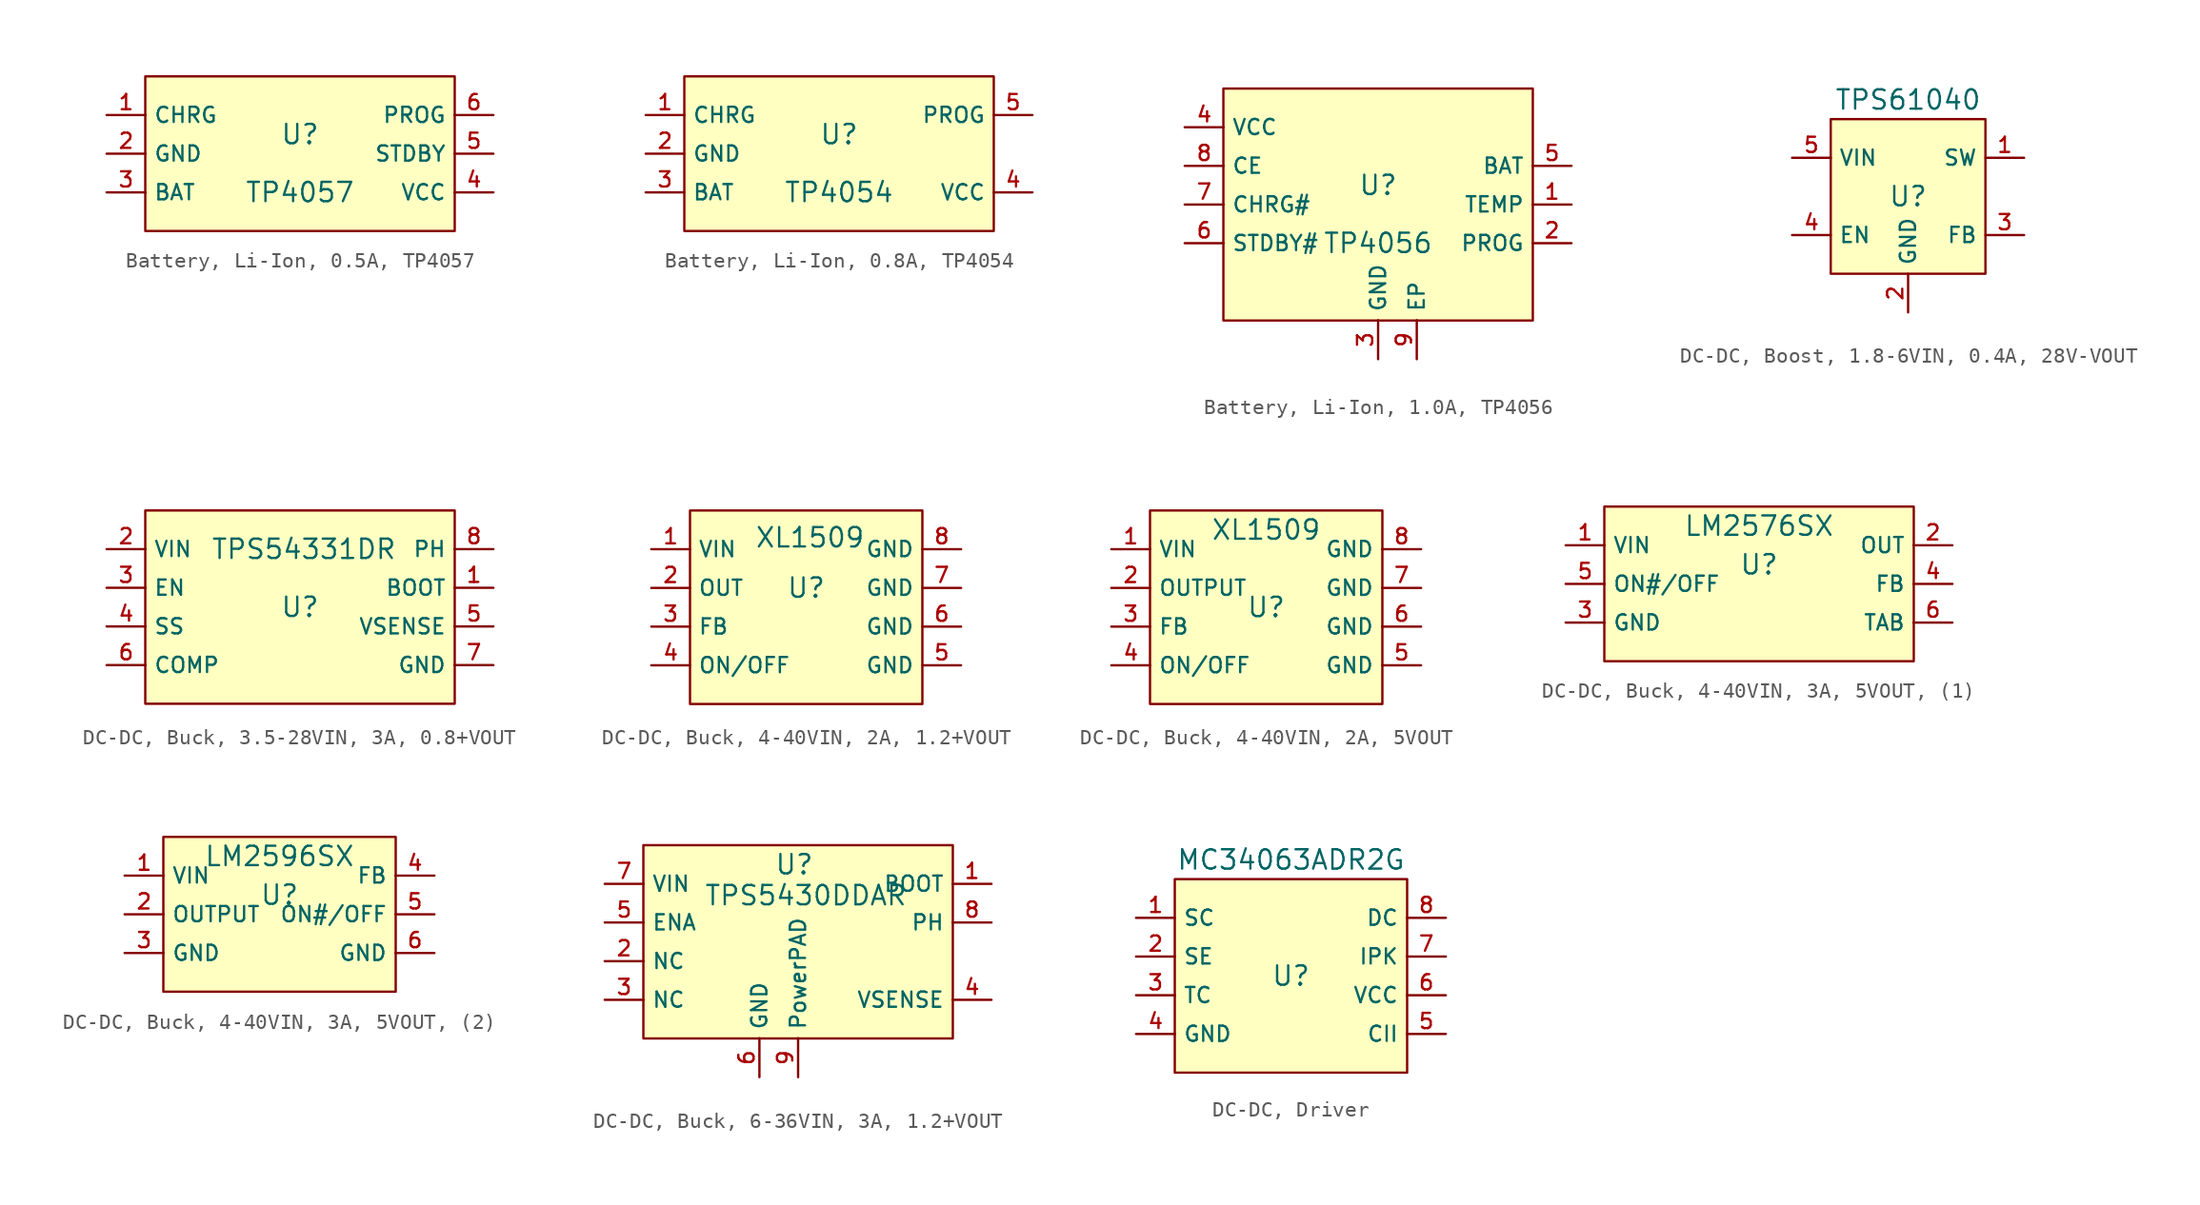
<source format=kicad_sym>
(kicad_symbol_lib
  (version 20231120)
  (generator "kicad_symbol_editor")
  (generator_version "8.0")
  (symbol "Battery, Li-Ion, 0.5A, TP4057"
    (property "Reference" "U"
      (at 0 1.27 0)
      (effects (font (size 1.27 1.27))))
    (property "Value" "TP4057"
      (at 0 -2.54 0)
      (effects (font (size 1.27 1.27))))
    (symbol "Battery, Li-Ion, 0.5A, TP4057_0_1"
      (rectangle (start -10.16 5.08) (end 10.16 -5.08) (stroke (width 0) (type default)) (fill (type background))))
    (symbol "Battery, Li-Ion, 0.5A, TP4057_1_1"
      (pin unspecified line (at -12.7 2.54 0) (length 2.56) (name "CHRG" (effects (font (size 1 1)))) (number "1" (effects (font (size 1 1)))))
      (pin unspecified line (at -12.7 0 0) (length 2.56) (name "GND" (effects (font (size 1 1)))) (number "2" (effects (font (size 1 1)))))
      (pin unspecified line (at -12.7 -2.54 0) (length 2.56) (name "BAT" (effects (font (size 1 1)))) (number "3" (effects (font (size 1 1)))))
      (pin unspecified line (at 12.7 -2.54 180) (length 2.56) (name "VCC" (effects (font (size 1 1)))) (number "4" (effects (font (size 1 1)))))
      (pin unspecified line (at 12.7 0 180) (length 2.56) (name "STDBY" (effects (font (size 1 1)))) (number "5" (effects (font (size 1 1)))))
      (pin unspecified line (at 12.7 2.54 180) (length 2.56) (name "PROG" (effects (font (size 1 1)))) (number "6" (effects (font (size 1 1)))))))
  (symbol "Battery, Li-Ion, 0.8A, TP4054"
    (property "Reference" "U"
      (at 0 1.27 0)
      (effects (font (size 1.27 1.27))))
    (property "Value" "TP4054"
      (at 0 -2.54 0)
      (effects (font (size 1.27 1.27))))
    (symbol "Battery, Li-Ion, 0.8A, TP4054_0_1"
      (rectangle (start -10.16 5.08) (end 10.16 -5.08) (stroke (width 0) (type default)) (fill (type background)))
      (pin unspecified line (at -12.7 2.54 0) (length 2.54) (name "CHRG" (effects (font (size 1 1)))) (number "1" (effects (font (size 1 1)))))
      (pin unspecified line (at -12.7 0 0) (length 2.54) (name "GND" (effects (font (size 1 1)))) (number "2" (effects (font (size 1 1)))))
      (pin unspecified line (at -12.7 -2.54 0) (length 2.54) (name "BAT" (effects (font (size 1 1)))) (number "3" (effects (font (size 1 1)))))
      (pin unspecified line (at 12.7 -2.54 180) (length 2.54) (name "VCC" (effects (font (size 1 1)))) (number "4" (effects (font (size 1 1)))))
      (pin unspecified line (at 12.7 2.54 180) (length 2.54) (name "PROG" (effects (font (size 1 1)))) (number "5" (effects (font (size 1 1)))))))
  (symbol "Battery, Li-Ion, 1.0A, TP4056"
    (property "Reference" "U"
      (at 0 1.27 0)
      (effects (font (size 1.27 1.27))))
    (property "Value" "TP4056"
      (at 0 -2.54 0)
      (effects (font (size 1.27 1.27))))
    (symbol "Battery, Li-Ion, 1.0A, TP4056_0_1"
      (rectangle (start -10.16 7.62) (end 10.16 -7.62) (stroke (width 0) (type default)) (fill (type background))))
    (symbol "Battery, Li-Ion, 1.0A, TP4056_1_1"
      (pin unspecified line (at 12.7 0 180) (length 2.56) (name "TEMP" (effects (font (size 1 1)))) (number "1" (effects (font (size 1 1)))))
      (pin unspecified line (at 12.7 -2.54 180) (length 2.56) (name "PROG" (effects (font (size 1 1)))) (number "2" (effects (font (size 1 1)))))
      (pin unspecified line (at 0 -10.16 90) (length 2.56) (name "GND" (effects (font (size 1 1)))) (number "3" (effects (font (size 1 1)))))
      (pin unspecified line (at -12.7 5.08 0) (length 2.56) (name "VCC" (effects (font (size 1 1)))) (number "4" (effects (font (size 1 1)))))
      (pin unspecified line (at 12.7 2.54 180) (length 2.56) (name "BAT" (effects (font (size 1 1)))) (number "5" (effects (font (size 1 1)))))
      (pin unspecified line (at -12.7 -2.54 0) (length 2.56) (name "STDBY#" (effects (font (size 1 1)))) (number "6" (effects (font (size 1 1)))))
      (pin unspecified line (at -12.7 0 0) (length 2.56) (name "CHRG#" (effects (font (size 1 1)))) (number "7" (effects (font (size 1 1)))))
      (pin unspecified line (at -12.7 2.54 0) (length 2.56) (name "CE" (effects (font (size 1 1)))) (number "8" (effects (font (size 1 1)))))
      (pin unspecified line (at 2.54 -10.16 90) (length 2.56) (name "EP" (effects (font (size 1 1)))) (number "9" (effects (font (size 1 1)))))))
  (symbol "DC-DC, Boost, 1.8-6VIN, 0.4A, 28V-VOUT"
    (property "Reference" "U"
      (at 0 0 0)
      (effects (font (size 1.27 1.27))))
    (property "Value" "TPS61040"
      (at 0 6.35 0)
      (effects (font (size 1.27 1.27))))
    (symbol "DC-DC, Boost, 1.8-6VIN, 0.4A, 28V-VOUT_0_1"
      (rectangle (start -5.08 5.08) (end 5.08 -5.08) (stroke (width 0) (type default)) (fill (type background)))
      (pin unspecified line (at 7.62 2.54 180) (length 2.54) (name "SW" (effects (font (size 1 1)))) (number "1" (effects (font (size 1 1)))))
      (pin unspecified line (at 0 -7.62 90) (length 2.54) (name "GND" (effects (font (size 1 1)))) (number "2" (effects (font (size 1 1)))))
      (pin unspecified line (at 7.62 -2.54 180) (length 2.54) (name "FB" (effects (font (size 1 1)))) (number "3" (effects (font (size 1 1)))))
      (pin unspecified line (at -7.62 -2.54 0) (length 2.54) (name "EN" (effects (font (size 1 1)))) (number "4" (effects (font (size 1 1)))))
      (pin unspecified line (at -7.62 2.54 0) (length 2.54) (name "VIN" (effects (font (size 1 1)))) (number "5" (effects (font (size 1 1)))))))
  (symbol "DC-DC, Buck, 3.5-28VIN, 3A, 0.8+VOUT"
    (property "Reference" "U"
      (at 0 1.27 0)
      (effects (font (size 1.27 1.27))))
    (property "Value" "TPS54331DR"
      (at 0.254 5.08 0)
      (effects (font (size 1.27 1.27))))
    (symbol "DC-DC, Buck, 3.5-28VIN, 3A, 0.8+VOUT_0_1"
      (rectangle (start -10.16 7.62) (end 10.16 -5.08) (stroke (width 0) (type default)) (fill (type background))))
    (symbol "DC-DC, Buck, 3.5-28VIN, 3A, 0.8+VOUT_1_1"
      (pin unspecified line (at 12.7 2.54 180) (length 2.56) (name "BOOT" (effects (font (size 1 1)))) (number "1" (effects (font (size 1 1)))))
      (pin power_in line (at -12.7 5.08 0) (length 2.56) (name "VIN" (effects (font (size 1 1)))) (number "2" (effects (font (size 1 1)))))
      (pin unspecified line (at -12.7 2.54 0) (length 2.56) (name "EN" (effects (font (size 1 1)))) (number "3" (effects (font (size 1 1)))))
      (pin unspecified line (at -12.7 0 0) (length 2.56) (name "SS" (effects (font (size 1 1)))) (number "4" (effects (font (size 1 1)))))
      (pin unspecified line (at 12.7 0 180) (length 2.56) (name "VSENSE" (effects (font (size 1 1)))) (number "5" (effects (font (size 1 1)))))
      (pin unspecified line (at -12.7 -2.54 0) (length 2.56) (name "COMP" (effects (font (size 1 1)))) (number "6" (effects (font (size 1 1)))))
      (pin power_in line (at 12.7 -2.54 180) (length 2.56) (name "GND" (effects (font (size 1 1)))) (number "7" (effects (font (size 1 1)))))
      (pin power_in line (at 12.7 5.08 180) (length 2.56) (name "PH" (effects (font (size 1 1)))) (number "8" (effects (font (size 1 1)))))))
  (symbol "DC-DC, Buck, 4-40VIN, 2A, 1.2+VOUT"
    (property "Reference" "U"
      (at 0 2.54 0)
      (effects (font (size 1.27 1.27))))
    (property "Value" "XL1509"
      (at 0.254 5.842 0)
      (effects (font (size 1.27 1.27))))
    (symbol "DC-DC, Buck, 4-40VIN, 2A, 1.2+VOUT_0_1"
      (rectangle (start -7.62 7.62) (end 7.62 -5.08) (stroke (width 0) (type default)) (fill (type background)))
      (pin unspecified line (at -10.16 5.08 0) (length 2.54) (name "VIN" (effects (font (size 1 1)))) (number "1" (effects (font (size 1 1)))))
      (pin unspecified line (at -10.16 2.54 0) (length 2.54) (name "OUT" (effects (font (size 1 1)))) (number "2" (effects (font (size 1 1)))))
      (pin unspecified line (at -10.16 0 0) (length 2.54) (name "FB" (effects (font (size 1 1)))) (number "3" (effects (font (size 1 1)))))
      (pin unspecified line (at -10.16 -2.54 0) (length 2.54) (name "ON/OFF" (effects (font (size 1 1)))) (number "4" (effects (font (size 1 1)))))
      (pin unspecified line (at 10.16 -2.54 180) (length 2.54) (name "GND" (effects (font (size 1 1)))) (number "5" (effects (font (size 1 1)))))
      (pin unspecified line (at 10.16 0 180) (length 2.54) (name "GND" (effects (font (size 1 1)))) (number "6" (effects (font (size 1 1)))))
      (pin unspecified line (at 10.16 2.54 180) (length 2.54) (name "GND" (effects (font (size 1 1)))) (number "7" (effects (font (size 1 1)))))
      (pin unspecified line (at 10.16 5.08 180) (length 2.54) (name "GND" (effects (font (size 1 1)))) (number "8" (effects (font (size 1 1)))))))
  (symbol "DC-DC, Buck, 4-40VIN, 2A, 5VOUT"
    (property "Reference" "U"
      (at 0 1.27 0)
      (effects (font (size 1.27 1.27))))
    (property "Value" "XL1509"
      (at 0 6.35 0)
      (effects (font (size 1.27 1.27))))
    (symbol "DC-DC, Buck, 4-40VIN, 2A, 5VOUT_0_1"
      (rectangle (start -7.62 7.62) (end 7.62 -5.08) (stroke (width 0) (type default)) (fill (type background))))
    (symbol "DC-DC, Buck, 4-40VIN, 2A, 5VOUT_1_1"
      (pin unspecified line (at -10.16 5.08 0) (length 2.56) (name "VIN" (effects (font (size 1 1)))) (number "1" (effects (font (size 1 1)))))
      (pin unspecified line (at -10.16 2.54 0) (length 2.56) (name "OUTPUT" (effects (font (size 1 1)))) (number "2" (effects (font (size 1 1)))))
      (pin unspecified line (at -10.16 0 0) (length 2.56) (name "FB" (effects (font (size 1 1)))) (number "3" (effects (font (size 1 1)))))
      (pin unspecified line (at -10.16 -2.54 0) (length 2.56) (name "ON/OFF" (effects (font (size 1 1)))) (number "4" (effects (font (size 1 1)))))
      (pin unspecified line (at 10.16 -2.54 180) (length 2.56) (name "GND" (effects (font (size 1 1)))) (number "5" (effects (font (size 1 1)))))
      (pin unspecified line (at 10.16 0 180) (length 2.56) (name "GND" (effects (font (size 1 1)))) (number "6" (effects (font (size 1 1)))))
      (pin unspecified line (at 10.16 2.54 180) (length 2.56) (name "GND" (effects (font (size 1 1)))) (number "7" (effects (font (size 1 1)))))
      (pin unspecified line (at 10.16 5.08 180) (length 2.56) (name "GND" (effects (font (size 1 1)))) (number "8" (effects (font (size 1 1)))))))
  (symbol "DC-DC, Buck, 4-40VIN, 3A, 5VOUT, (1)"
    (property "Reference" "U"
      (at 0 1.27 0)
      (effects (font (size 1.27 1.27))))
    (property "Value" "LM2576SX"
      (at 0 3.81 0)
      (effects (font (size 1.27 1.27))))
    (symbol "DC-DC, Buck, 4-40VIN, 3A, 5VOUT, (1)_0_1"
      (rectangle (start -10.16 5.08) (end 10.16 -5.08) (stroke (width 0) (type default)) (fill (type background))))
    (symbol "DC-DC, Buck, 4-40VIN, 3A, 5VOUT, (1)_1_1"
      (pin power_in line (at -12.7 2.54 0) (length 2.56) (name "VIN" (effects (font (size 1 1)))) (number "1" (effects (font (size 1 1)))))
      (pin power_in line (at 12.7 2.54 180) (length 2.56) (name "OUT" (effects (font (size 1 1)))) (number "2" (effects (font (size 1 1)))))
      (pin power_in line (at -12.7 -2.54 0) (length 2.56) (name "GND" (effects (font (size 1 1)))) (number "3" (effects (font (size 1 1)))))
      (pin unspecified line (at 12.7 0 180) (length 2.56) (name "FB" (effects (font (size 1 1)))) (number "4" (effects (font (size 1 1)))))
      (pin unspecified line (at -12.7 0 0) (length 2.56) (name "ON#/OFF" (effects (font (size 1 1)))) (number "5" (effects (font (size 1 1)))))
      (pin power_in line (at 12.7 -2.54 180) (length 2.56) (name "TAB" (effects (font (size 1 1)))) (number "6" (effects (font (size 1 1)))))))
  (symbol "DC-DC, Buck, 4-40VIN, 3A, 5VOUT, (2)"
    (property "Reference" "U"
      (at 0 1.27 0)
      (effects (font (size 1.27 1.27))))
    (property "Value" "LM2596SX"
      (at 0 3.81 0)
      (effects (font (size 1.27 1.27))))
    (symbol "DC-DC, Buck, 4-40VIN, 3A, 5VOUT, (2)_0_1"
      (rectangle (start -7.62 5.08) (end 7.62 -5.08) (stroke (width 0) (type default)) (fill (type background))))
    (symbol "DC-DC, Buck, 4-40VIN, 3A, 5VOUT, (2)_1_1"
      (pin unspecified line (at -10.16 2.54 0) (length 2.56) (name "VIN" (effects (font (size 1 1)))) (number "1" (effects (font (size 1 1)))))
      (pin unspecified line (at -10.16 0 0) (length 2.56) (name "OUTPUT" (effects (font (size 1 1)))) (number "2" (effects (font (size 1 1)))))
      (pin unspecified line (at -10.16 -2.54 0) (length 2.56) (name "GND" (effects (font (size 1 1)))) (number "3" (effects (font (size 1 1)))))
      (pin unspecified line (at 10.16 2.54 180) (length 2.56) (name "FB" (effects (font (size 1 1)))) (number "4" (effects (font (size 1 1)))))
      (pin unspecified line (at 10.16 0 180) (length 2.56) (name "ON#/OFF" (effects (font (size 1 1)))) (number "5" (effects (font (size 1 1)))))
      (pin unspecified line (at 10.16 -2.54 180) (length 2.56) (name "GND" (effects (font (size 1 1)))) (number "6" (effects (font (size 1 1)))))))
  (symbol "DC-DC, Buck, 6-36VIN, 3A, 1.2+VOUT"
    (property "Reference" "U"
      (at -0.254 6.35 0)
      (effects (font (size 1.27 1.27))))
    (property "Value" "TPS5430DDAR"
      (at 0.508 4.318 0)
      (effects (font (size 1.27 1.27))))
    (symbol "DC-DC, Buck, 6-36VIN, 3A, 1.2+VOUT_0_1"
      (rectangle (start -10.16 7.62) (end 10.16 -5.08) (stroke (width 0) (type default)) (fill (type background))))
    (symbol "DC-DC, Buck, 6-36VIN, 3A, 1.2+VOUT_1_1"
      (pin unspecified line (at 12.7 5.08 180) (length 2.56) (name "BOOT" (effects (font (size 1 1)))) (number "1" (effects (font (size 1 1)))))
      (pin unspecified line (at -12.7 0 0) (length 2.56) (name "NC" (effects (font (size 1 1)))) (number "2" (effects (font (size 1 1)))))
      (pin unspecified line (at -12.7 -2.54 0) (length 2.56) (name "NC" (effects (font (size 1 1)))) (number "3" (effects (font (size 1 1)))))
      (pin unspecified line (at 12.7 -2.54 180) (length 2.56) (name "VSENSE" (effects (font (size 1 1)))) (number "4" (effects (font (size 1 1)))))
      (pin unspecified line (at -12.7 2.54 0) (length 2.56) (name "ENA" (effects (font (size 1 1)))) (number "5" (effects (font (size 1 1)))))
      (pin unspecified line (at -2.54 -7.62 90) (length 2.56) (name "GND" (effects (font (size 1 1)))) (number "6" (effects (font (size 1 1)))))
      (pin unspecified line (at -12.7 5.08 0) (length 2.56) (name "VIN" (effects (font (size 1 1)))) (number "7" (effects (font (size 1 1)))))
      (pin unspecified line (at 12.7 2.54 180) (length 2.56) (name "PH" (effects (font (size 1 1)))) (number "8" (effects (font (size 1 1)))))
      (pin unspecified line (at 0 -7.62 90) (length 2.56) (name "PowerPAD" (effects (font (size 1 1)))) (number "9" (effects (font (size 1 1)))))))
  (symbol "DC-DC, Driver"
    (property "Reference" "U"
      (at 0 1.27 0)
      (effects (font (size 1.27 1.27))))
    (property "Value" "MC34063ADR2G"
      (at 0 8.89 0)
      (effects (font (size 1.27 1.27))))
    (symbol "DC-DC, Driver_0_1"
      (rectangle (start -7.62 7.62) (end 7.62 -5.08) (stroke (width 0) (type default)) (fill (type background))))
    (symbol "DC-DC, Driver_1_1"
      (pin unspecified line (at -10.16 5.08 0) (length 2.56) (name "SC" (effects (font (size 1 1)))) (number "1" (effects (font (size 1 1)))))
      (pin unspecified line (at -10.16 2.54 0) (length 2.56) (name "SE" (effects (font (size 1 1)))) (number "2" (effects (font (size 1 1)))))
      (pin unspecified line (at -10.16 0 0) (length 2.56) (name "TC" (effects (font (size 1 1)))) (number "3" (effects (font (size 1 1)))))
      (pin unspecified line (at -10.16 -2.54 0) (length 2.56) (name "GND" (effects (font (size 1 1)))) (number "4" (effects (font (size 1 1)))))
      (pin unspecified line (at 10.16 -2.54 180) (length 2.56) (name "CII" (effects (font (size 1 1)))) (number "5" (effects (font (size 1 1)))))
      (pin unspecified line (at 10.16 0 180) (length 2.56) (name "VCC" (effects (font (size 1 1)))) (number "6" (effects (font (size 1 1)))))
      (pin unspecified line (at 10.16 2.54 180) (length 2.56) (name "IPK" (effects (font (size 1 1)))) (number "7" (effects (font (size 1 1)))))
      (pin unspecified line (at 10.16 5.08 180) (length 2.56) (name "DC" (effects (font (size 1 1)))) (number "8" (effects (font (size 1 1))))))))
</source>
